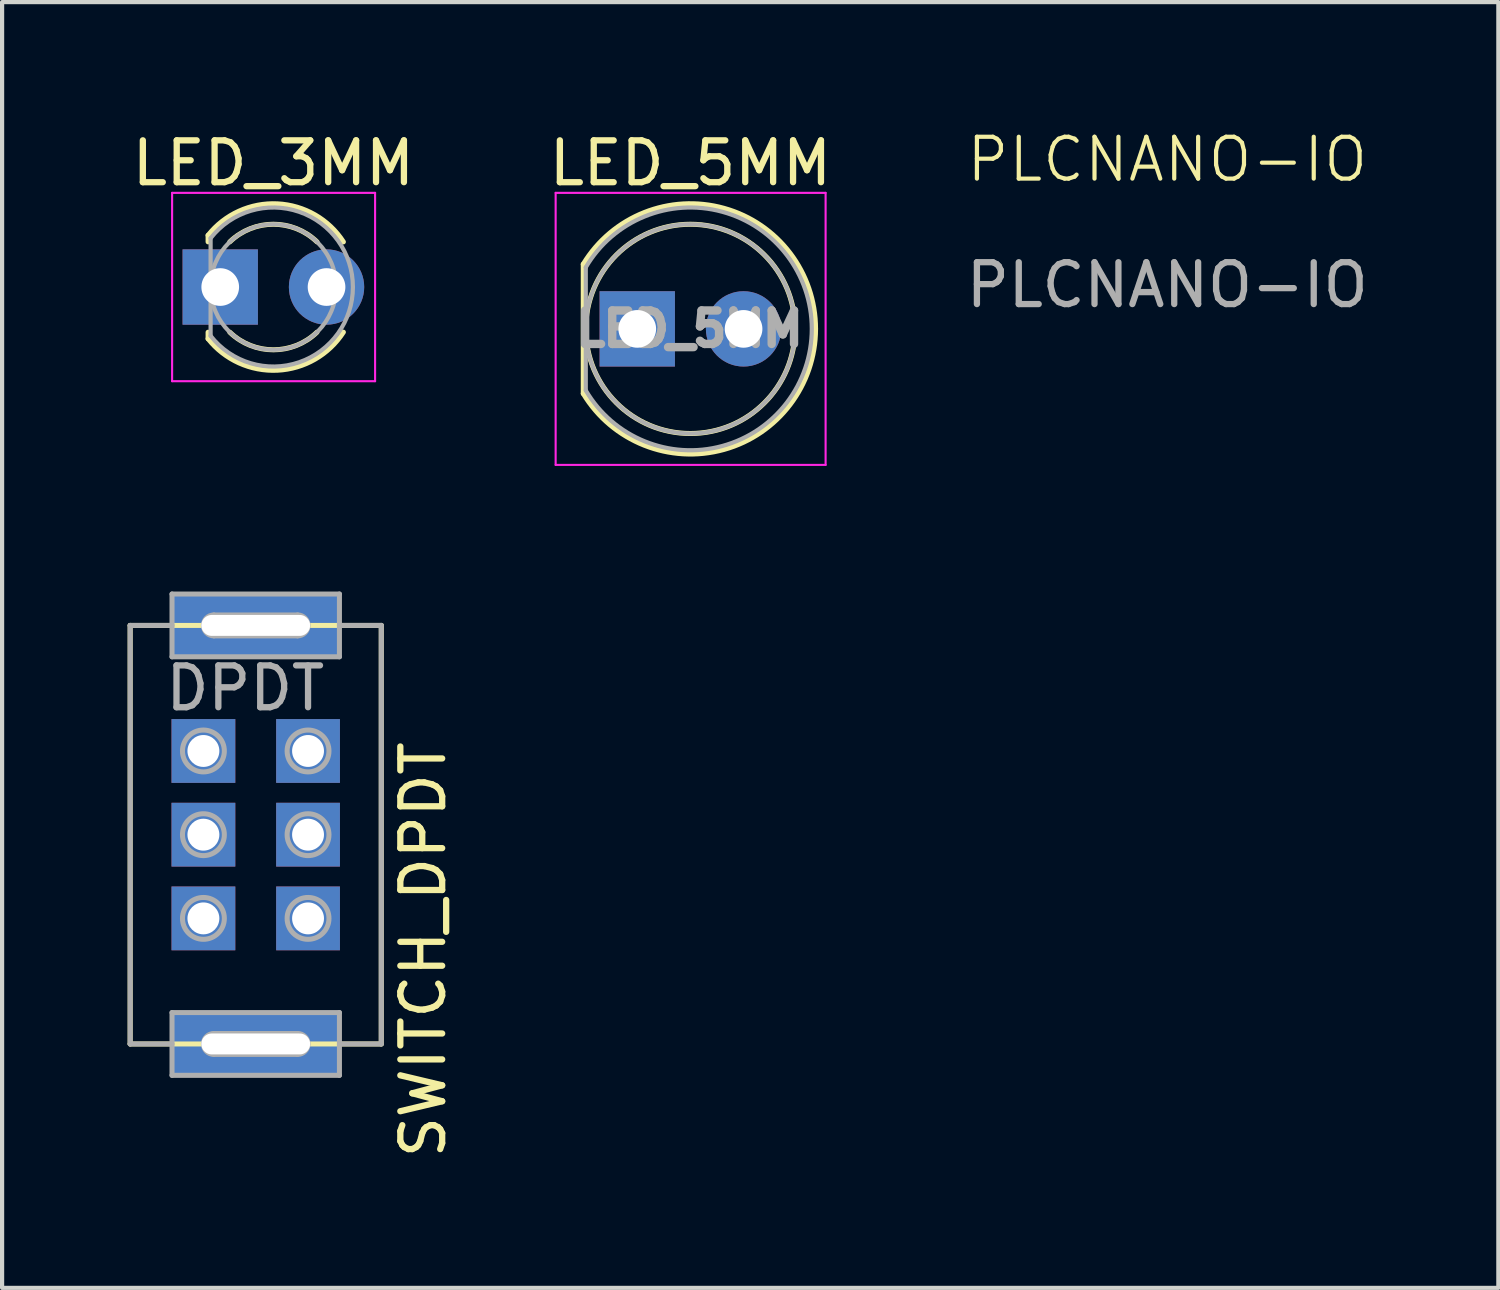
<source format=kicad_pcb>
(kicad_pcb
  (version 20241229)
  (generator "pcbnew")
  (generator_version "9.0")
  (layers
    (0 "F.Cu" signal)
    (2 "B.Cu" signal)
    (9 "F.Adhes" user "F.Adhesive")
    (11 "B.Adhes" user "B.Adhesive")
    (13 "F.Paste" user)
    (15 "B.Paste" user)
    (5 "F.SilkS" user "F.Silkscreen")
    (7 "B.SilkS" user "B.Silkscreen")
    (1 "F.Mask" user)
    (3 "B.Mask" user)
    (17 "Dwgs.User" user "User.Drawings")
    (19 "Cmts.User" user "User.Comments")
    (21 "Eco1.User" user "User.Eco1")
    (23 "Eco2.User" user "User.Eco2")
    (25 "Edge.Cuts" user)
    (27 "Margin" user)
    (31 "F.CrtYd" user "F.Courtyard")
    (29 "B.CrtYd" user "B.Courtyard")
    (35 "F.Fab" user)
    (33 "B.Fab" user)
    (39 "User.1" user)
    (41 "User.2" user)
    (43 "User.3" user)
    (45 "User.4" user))
  (footprint "PLCNANO-IO"
    (layer "F.Cu")
    (at 24.839 1.26)
    (property "Reference" "PLCNANO-IO" (at 0 -0.5 0) (unlocked yes) (layer "F.SilkS") (effects (font (size 1 1) (thickness 0.1))))
    (attr through_hole)
    (fp_text user "${REFERENCE}" (at 0 2.5 0) (unlocked yes) (layer "F.Fab") (effects (font (size 1 1) (thickness 0.15)))))
  (footprint "SWITCH_DPDT"
    (layer "F.Cu")
    (at 1.81 12.893)
    (property "Reference" "SWITCH_DPDT" (at 5.25 6.75 90) (layer "F.SilkS") (effects (font (size 1 1) (thickness 0.15))))
    (attr through_hole)
    (fp_line (start -1.75 -1) (end 4.25 -1) (stroke (width 0.12) (type solid)) (layer "F.SilkS"))
    (fp_line (start -1.75 9) (end -1.75 -1) (stroke (width 0.12) (type solid)) (layer "F.SilkS"))
    (fp_line (start 4.25 -1) (end 4.25 9) (stroke (width 0.12) (type solid)) (layer "F.SilkS"))
    (fp_line (start 4.25 9) (end -1.75 9) (stroke (width 0.12) (type solid)) (layer "F.SilkS"))
    (fp_line (start -1.75 -1) (end -0.75 -1) (stroke (width 0.12) (type solid)) (layer "F.Fab"))
    (fp_line (start -1.75 9) (end -1.75 -1) (stroke (width 0.12) (type solid)) (layer "F.Fab"))
    (fp_line (start -0.75 -1.75) (end 3.25 -1.75) (stroke (width 0.12) (type solid)) (layer "F.Fab"))
    (fp_line (start -0.75 -0.25) (end -0.75 -1.75) (stroke (width 0.12) (type solid)) (layer "F.Fab"))
    (fp_line (start -0.75 8.25) (end 3.25 8.25) (stroke (width 0.12) (type solid)) (layer "F.Fab"))
    (fp_line (start -0.75 9) (end -1.75 9) (stroke (width 0.12) (type solid)) (layer "F.Fab"))
    (fp_line (start -0.75 9.75) (end -0.75 8.25) (stroke (width 0.12) (type solid)) (layer "F.Fab"))
    (fp_line (start 0.25 -1.25) (end 2.25 -1.25) (stroke (width 0.12) (type solid)) (layer "F.Fab"))
    (fp_line (start 0.25 8.75) (end 2.25 8.75) (stroke (width 0.12) (type solid)) (layer "F.Fab"))
    (fp_line (start 2.25 -0.75) (end 0.25 -0.75) (stroke (width 0.12) (type solid)) (layer "F.Fab"))
    (fp_line (start 2.25 9.25) (end 0.25 9.25) (stroke (width 0.12) (type solid)) (layer "F.Fab"))
    (fp_line (start 3.25 -1.75) (end 3.25 -0.25) (stroke (width 0.12) (type solid)) (layer "F.Fab"))
    (fp_line (start 3.25 -1) (end 4.25 -1) (stroke (width 0.12) (type solid)) (layer "F.Fab"))
    (fp_line (start 3.25 -0.25) (end -0.75 -0.25) (stroke (width 0.12) (type solid)) (layer "F.Fab"))
    (fp_line (start 3.25 8.25) (end 3.25 9.75) (stroke (width 0.12) (type solid)) (layer "F.Fab"))
    (fp_line (start 3.25 9) (end 4.25 9) (stroke (width 0.12) (type solid)) (layer "F.Fab"))
    (fp_line (start 3.25 9.75) (end -0.75 9.75) (stroke (width 0.12) (type solid)) (layer "F.Fab"))
    (fp_line (start 4.25 -1) (end 4.25 9) (stroke (width 0.12) (type solid)) (layer "F.Fab"))
    (fp_arc (start 0.25 -0.75) (mid 0 -1) (end 0.25 -1.25) (stroke (width 0.12) (type solid)) (layer "F.Fab"))
    (fp_arc (start 0.25 9.25) (mid 0 9) (end 0.25 8.75) (stroke (width 0.12) (type solid)) (layer "F.Fab"))
    (fp_arc (start 2.25 -1.25) (mid 2.5 -1) (end 2.25 -0.75) (stroke (width 0.12) (type solid)) (layer "F.Fab"))
    (fp_arc (start 2.25 8.75) (mid 2.5 9) (end 2.25 9.25) (stroke (width 0.12) (type solid)) (layer "F.Fab"))
    (fp_circle (center 0 2) (end 0 2.5) (stroke (width 0.12) (type solid)) (fill no) (layer "F.Fab"))
    (fp_circle (center 0 4) (end 0 4.5) (stroke (width 0.12) (type solid)) (fill no) (layer "F.Fab"))
    (fp_circle (center 0 6) (end 0 6.5) (stroke (width 0.12) (type solid)) (fill no) (layer "F.Fab"))
    (fp_circle (center 2.5 2) (end 2.5 2.5) (stroke (width 0.12) (type solid)) (fill no) (layer "F.Fab"))
    (fp_circle (center 2.5 4) (end 2.5 4.5) (stroke (width 0.12) (type solid)) (fill no) (layer "F.Fab"))
    (fp_circle (center 2.5 6) (end 2.5 6.5) (stroke (width 0.12) (type solid)) (fill no) (layer "F.Fab"))
    (fp_text user "DPDT" (at 1 0.5 0) (layer "F.Fab") (effects (font (size 1 1) (thickness 0.15))))
    (pad "1" thru_hole rect (at 0 2) (size 1.524 1.524) (drill 0.762) (layers "*.Cu" "*.Mask"))
    (pad "2" thru_hole rect (at 0 4) (size 1.524 1.524) (drill 0.762) (layers "*.Cu" "*.Mask"))
    (pad "3" thru_hole rect (at 0 6) (size 1.524 1.524) (drill 0.762) (layers "*.Cu" "*.Mask"))
    (pad "5" thru_hole rect (at 2.5 2) (size 1.524 1.524) (drill 0.762) (layers "*.Cu" "*.Mask"))
    (pad "6" thru_hole rect (at 2.5 4) (size 1.524 1.524) (drill 0.762) (layers "*.Cu" "*.Mask"))
    (pad "7" thru_hole rect (at 2.5 6) (size 1.524 1.524) (drill 0.762) (layers "*.Cu" "*.Mask"))
    (pad "8" thru_hole rect (at 1.25 -1) (size 4 1.524) (drill oval 2.6 0.5) (layers "*.Cu" "*.Mask"))
    (pad "9" thru_hole rect (at 1.25 9) (size 4 1.524) (drill oval 2.6 0.5) (layers "*.Cu" "*.Mask")))
  (footprint "LED_5MM"
    (layer "F.Cu")
    (at 12.176 4.808)
    (property "Reference" "LED_5MM" (at 1.27 -3.96 0) (layer "F.SilkS") (effects (font (size 1 1) (thickness 0.15))))
    (attr through_hole)
    (fp_line (start -1.29 -1.545) (end -1.29 1.545) (stroke (width 0.12) (type solid)) (layer "F.SilkS"))
    (fp_arc (start -1.29 -1.54483) (mid 2.072002 -2.880433) (end 4.26 0.000462) (stroke (width 0.12) (type solid)) (layer "F.SilkS"))
    (fp_arc (start 4.26 -0.000462) (mid 2.072002 2.880433) (end -1.29 1.54483) (stroke (width 0.12) (type solid)) (layer "F.SilkS"))
    (fp_circle (center 1.27 0) (end 3.77 0) (stroke (width 0.12) (type solid)) (fill no) (layer "F.SilkS"))
    (fp_line (start -1.95 -3.25) (end -1.95 3.25) (stroke (width 0.05) (type solid)) (layer "F.CrtYd"))
    (fp_line (start -1.95 3.25) (end 4.5 3.25) (stroke (width 0.05) (type solid)) (layer "F.CrtYd"))
    (fp_line (start 4.5 -3.25) (end -1.95 -3.25) (stroke (width 0.05) (type solid)) (layer "F.CrtYd"))
    (fp_line (start 4.5 3.25) (end 4.5 -3.25) (stroke (width 0.05) (type solid)) (layer "F.CrtYd"))
    (fp_line (start -1.23 -1.47) (end -1.23 1.47) (stroke (width 0.1) (type solid)) (layer "F.Fab"))
    (fp_arc (start -1.23 -1.469694) (mid 4.17 0.000016) (end -1.230016 1.469666) (stroke (width 0.1) (type solid)) (layer "F.Fab"))
    (fp_circle (center 1.27 0) (end 3.77 0) (stroke (width 0.1) (type solid)) (fill no) (layer "F.Fab"))
    (fp_text user "${REFERENCE}" (at 1.25 0 0) (layer "F.Fab") (effects (font (size 0.8 0.8) (thickness 0.2))))
    (pad "A" thru_hole circle (at 2.54 0) (size 1.8 1.8) (drill 0.9) (layers "*.Cu" "*.Mask"))
    (pad "K" thru_hole rect (at 0 0) (size 1.8 1.8) (drill 0.9) (layers "*.Cu" "*.Mask")))
  (footprint "LED_3MM"
    (layer "F.Cu")
    (at 2.212 3.808)
    (property "Reference" "LED_3MM" (at 1.27 -2.96 0) (layer "F.SilkS") (effects (font (size 1 1) (thickness 0.15))))
    (attr through_hole)
    (fp_line (start -0.29 -1.236) (end -0.29 -1.08) (stroke (width 0.12) (type solid)) (layer "F.SilkS"))
    (fp_line (start -0.29 1.08) (end -0.29 1.236) (stroke (width 0.12) (type solid)) (layer "F.SilkS"))
    (fp_arc (start -0.29 -1.235516) (mid 1.366487 -1.987659) (end 2.942335 -1.078608) (stroke (width 0.12) (type solid)) (layer "F.SilkS"))
    (fp_arc (start 0.229039 -1.08) (mid 1.270117 -1.5) (end 2.31113 -1.079837) (stroke (width 0.12) (type solid)) (layer "F.SilkS"))
    (fp_arc (start 2.31113 1.079837) (mid 1.270117 1.5) (end 0.229039 1.08) (stroke (width 0.12) (type solid)) (layer "F.SilkS"))
    (fp_arc (start 2.942335 1.078608) (mid 1.366487 1.987659) (end -0.29 1.235516) (stroke (width 0.12) (type solid)) (layer "F.SilkS"))
    (fp_line (start -1.15 -2.25) (end -1.15 2.25) (stroke (width 0.05) (type solid)) (layer "F.CrtYd"))
    (fp_line (start -1.15 2.25) (end 3.7 2.25) (stroke (width 0.05) (type solid)) (layer "F.CrtYd"))
    (fp_line (start 3.7 -2.25) (end -1.15 -2.25) (stroke (width 0.05) (type solid)) (layer "F.CrtYd"))
    (fp_line (start 3.7 2.25) (end 3.7 -2.25) (stroke (width 0.05) (type solid)) (layer "F.CrtYd"))
    (fp_line (start -0.23 -1.166) (end -0.23 1.166) (stroke (width 0.1) (type solid)) (layer "F.Fab"))
    (fp_arc (start -0.23 -1.16619) (mid 3.17 0.000452) (end -0.230555 1.165476) (stroke (width 0.1) (type solid)) (layer "F.Fab"))
    (fp_circle (center 1.27 0) (end 2.77 0) (stroke (width 0.1) (type solid)) (fill no) (layer "F.Fab"))
    (pad "A" thru_hole circle (at 2.54 0) (size 1.8 1.8) (drill 0.9) (layers "*.Cu" "*.Mask"))
    (pad "K" thru_hole rect (at 0 0) (size 1.8 1.8) (drill 0.9) (layers "*.Cu" "*.Mask")))
  (gr_rect
    (start -3 -3)
    (end 32.75 27.721)
    (stroke (width 0.1) (type default))
    (fill no)
    (layer "Edge.Cuts")))
</source>
